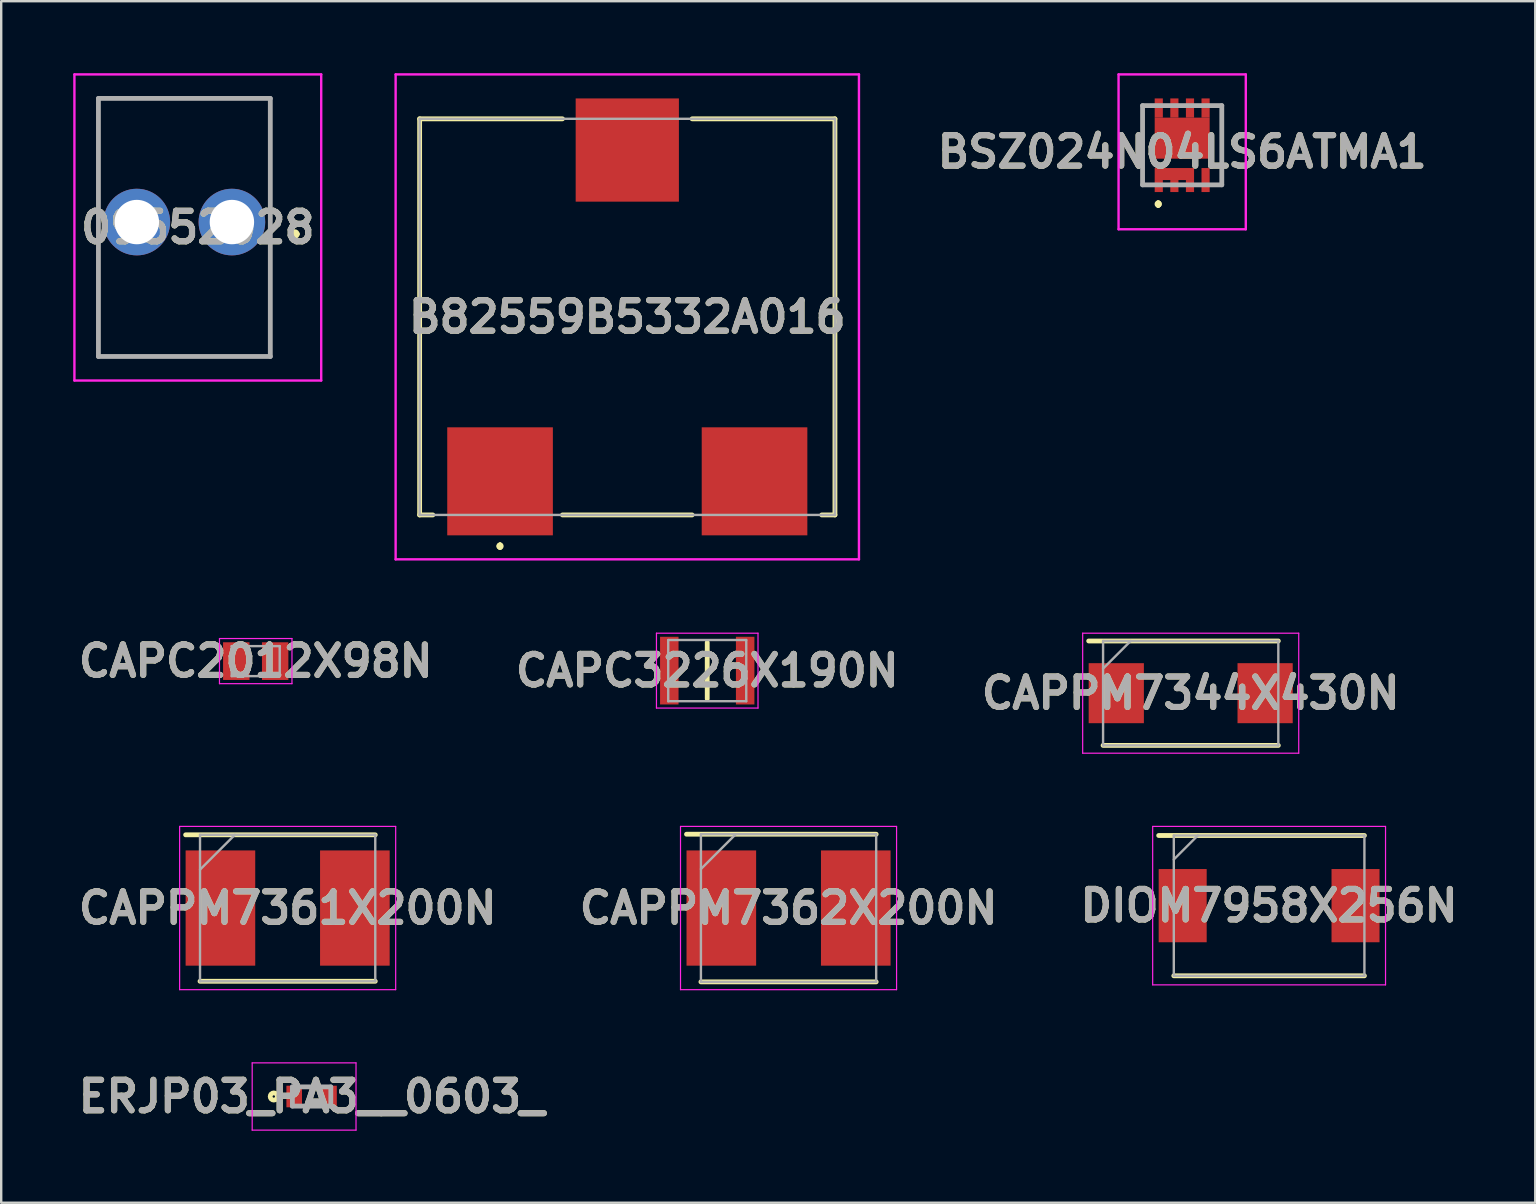
<source format=kicad_pcb>
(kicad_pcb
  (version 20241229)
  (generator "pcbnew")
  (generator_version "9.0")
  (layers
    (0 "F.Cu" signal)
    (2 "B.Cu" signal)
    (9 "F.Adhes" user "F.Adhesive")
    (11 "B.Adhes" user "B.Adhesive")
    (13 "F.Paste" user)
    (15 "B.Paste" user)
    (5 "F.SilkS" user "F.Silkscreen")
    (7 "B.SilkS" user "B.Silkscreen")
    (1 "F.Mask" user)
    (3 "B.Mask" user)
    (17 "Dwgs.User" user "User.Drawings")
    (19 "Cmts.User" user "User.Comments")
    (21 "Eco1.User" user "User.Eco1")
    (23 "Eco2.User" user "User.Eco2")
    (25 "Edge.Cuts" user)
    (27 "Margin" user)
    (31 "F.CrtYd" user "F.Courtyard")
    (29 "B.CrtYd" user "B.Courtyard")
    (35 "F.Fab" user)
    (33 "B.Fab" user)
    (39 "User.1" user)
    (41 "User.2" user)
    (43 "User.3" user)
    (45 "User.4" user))
  (footprint "ERJP03_PA3__0603_"
    (layer "F.Cu")
    (at 9.93 42.625)
    (property "Reference" "ERJP03_PA3__0603_" (at 0 0 0) (layer "F.SilkS") (effects (font (size 1.27 1.27) (thickness 0.254))))
    (attr smd)
    (fp_circle (center -1.575 0) (end -1.575 0.05) (stroke (width 0.2) (type solid)) (fill no) (layer "F.SilkS"))
    (fp_line (start -2.475 -1.4) (end 1.85 -1.4) (stroke (width 0.05) (type solid)) (layer "F.CrtYd"))
    (fp_line (start -2.475 1.4) (end -2.475 -1.4) (stroke (width 0.05) (type solid)) (layer "F.CrtYd"))
    (fp_line (start 1.85 -1.4) (end 1.85 1.4) (stroke (width 0.05) (type solid)) (layer "F.CrtYd"))
    (fp_line (start 1.85 1.4) (end -2.475 1.4) (stroke (width 0.05) (type solid)) (layer "F.CrtYd"))
    (fp_line (start -0.8 -0.4) (end 0.8 -0.4) (stroke (width 0.2) (type solid)) (layer "F.Fab"))
    (fp_line (start -0.8 0.4) (end -0.8 -0.4) (stroke (width 0.2) (type solid)) (layer "F.Fab"))
    (fp_line (start 0.8 -0.4) (end 0.8 0.4) (stroke (width 0.2) (type solid)) (layer "F.Fab"))
    (fp_line (start 0.8 0.4) (end -0.8 0.4) (stroke (width 0.2) (type solid)) (layer "F.Fab"))
    (fp_text user "${REFERENCE}" (at 0 0 0) (layer "F.Fab") (effects (font (size 1.27 1.27) (thickness 0.254))))
    (pad "1" smd rect (at -0.725 0) (size 0.65 0.9) (layers "F.Cu" "F.Mask" "F.Paste"))
    (pad "2" smd rect (at 0.725 0) (size 0.65 0.9) (layers "F.Cu" "F.Mask" "F.Paste")))
  (footprint "CAPC3226X190N"
    (layer "F.Cu")
    (at 26.41 24.885)
    (property "Reference" "CAPC3226X190N" (at 0 0 0) (layer "F.SilkS") (effects (font (size 1.27 1.27) (thickness 0.254))))
    (attr smd)
    (fp_line (start 0 -1.175) (end 0 1.175) (stroke (width 0.2) (type solid)) (layer "F.SilkS"))
    (fp_line (start -2.115 -1.56) (end 2.115 -1.56) (stroke (width 0.05) (type solid)) (layer "F.CrtYd"))
    (fp_line (start -2.115 1.56) (end -2.115 -1.56) (stroke (width 0.05) (type solid)) (layer "F.CrtYd"))
    (fp_line (start 2.115 -1.56) (end 2.115 1.56) (stroke (width 0.05) (type solid)) (layer "F.CrtYd"))
    (fp_line (start 2.115 1.56) (end -2.115 1.56) (stroke (width 0.05) (type solid)) (layer "F.CrtYd"))
    (fp_line (start -1.625 -1.275) (end 1.625 -1.275) (stroke (width 0.1) (type solid)) (layer "F.Fab"))
    (fp_line (start -1.625 1.275) (end -1.625 -1.275) (stroke (width 0.1) (type solid)) (layer "F.Fab"))
    (fp_line (start 1.625 -1.275) (end 1.625 1.275) (stroke (width 0.1) (type solid)) (layer "F.Fab"))
    (fp_line (start 1.625 1.275) (end -1.625 1.275) (stroke (width 0.1) (type solid)) (layer "F.Fab"))
    (fp_text user "${REFERENCE}" (at 0 0 0) (layer "F.Fab") (effects (font (size 1.27 1.27) (thickness 0.254))))
    (pad "1" smd rect (at -1.58 0) (size 0.77 2.82) (layers "F.Cu" "F.Mask" "F.Paste"))
    (pad "2" smd rect (at 1.58 0) (size 0.77 2.82) (layers "F.Cu" "F.Mask" "F.Paste")))
  (footprint "DIOM7958X256N"
    (layer "F.Cu")
    (at 49.815 34.675)
    (property "Reference" "DIOM7958X256N" (at 0 0 0) (layer "F.SilkS") (effects (font (size 1.27 1.27) (thickness 0.254))))
    (attr smd)
    (fp_line (start -3.97 2.922) (end 3.97 2.922) (stroke (width 0.2) (type solid)) (layer "F.SilkS"))
    (fp_line (start 3.97 -2.922) (end -4.6 -2.922) (stroke (width 0.2) (type solid)) (layer "F.SilkS"))
    (fp_line (start -4.85 -3.3) (end 4.85 -3.3) (stroke (width 0.05) (type solid)) (layer "F.CrtYd"))
    (fp_line (start -4.85 3.3) (end -4.85 -3.3) (stroke (width 0.05) (type solid)) (layer "F.CrtYd"))
    (fp_line (start 4.85 -3.3) (end 4.85 3.3) (stroke (width 0.05) (type solid)) (layer "F.CrtYd"))
    (fp_line (start 4.85 3.3) (end -4.85 3.3) (stroke (width 0.05) (type solid)) (layer "F.CrtYd"))
    (fp_line (start -3.97 -2.922) (end 3.97 -2.922) (stroke (width 0.1) (type solid)) (layer "F.Fab"))
    (fp_line (start -3.97 -1.922) (end -2.97 -2.922) (stroke (width 0.1) (type solid)) (layer "F.Fab"))
    (fp_line (start -3.97 2.922) (end -3.97 -2.922) (stroke (width 0.1) (type solid)) (layer "F.Fab"))
    (fp_line (start 3.97 -2.922) (end 3.97 2.922) (stroke (width 0.1) (type solid)) (layer "F.Fab"))
    (fp_line (start 3.97 2.922) (end -3.97 2.922) (stroke (width 0.1) (type solid)) (layer "F.Fab"))
    (fp_text user "${REFERENCE}" (at 0 0 0) (layer "F.Fab") (effects (font (size 1.27 1.27) (thickness 0.254))))
    (pad "1" smd rect (at -3.6 0) (size 2 3.05) (layers "F.Cu" "F.Mask" "F.Paste"))
    (pad "2" smd rect (at 3.6 0) (size 2 3.05) (layers "F.Cu" "F.Mask" "F.Paste")))
  (footprint "BSZ024N04LS6ATMA1"
    (layer "F.Cu")
    (at 46.194 3)
    (property "Reference" "BSZ024N04LS6ATMA1" (at 0 0.275 0) (layer "F.SilkS") (effects (font (size 1.27 1.27) (thickness 0.254))))
    (attr smd)
    (fp_line (start -1.65 -1.65) (end -1.65 -1.65) (stroke (width 0.1) (type solid)) (layer "F.SilkS"))
    (fp_line (start -1.65 -1.65) (end -1.65 1.65) (stroke (width 0.1) (type solid)) (layer "F.SilkS"))
    (fp_line (start -1.65 1.65) (end -1.65 -1.65) (stroke (width 0.1) (type solid)) (layer "F.SilkS"))
    (fp_line (start -1.65 1.65) (end -1.65 1.65) (stroke (width 0.1) (type solid)) (layer "F.SilkS"))
    (fp_line (start -1 2.4) (end -1 2.4) (stroke (width 0.2) (type solid)) (layer "F.SilkS"))
    (fp_line (start -1 2.5) (end -1 2.5) (stroke (width 0.2) (type solid)) (layer "F.SilkS"))
    (fp_line (start -1 2.5) (end -1 2.5) (stroke (width 0.2) (type solid)) (layer "F.SilkS"))
    (fp_line (start 1.65 -1.65) (end 1.65 -1.65) (stroke (width 0.1) (type solid)) (layer "F.SilkS"))
    (fp_line (start 1.65 -1.65) (end 1.65 1.65) (stroke (width 0.1) (type solid)) (layer "F.SilkS"))
    (fp_line (start 1.65 1.65) (end 1.65 -1.65) (stroke (width 0.1) (type solid)) (layer "F.SilkS"))
    (fp_line (start 1.65 1.65) (end 1.65 1.65) (stroke (width 0.1) (type solid)) (layer "F.SilkS"))
    (fp_arc (start -1 2.4) (mid -0.95 2.45) (end -1 2.5) (stroke (width 0.2) (type solid)) (layer "F.SilkS"))
    (fp_arc (start -1 2.4) (mid -0.95 2.45) (end -1 2.5) (stroke (width 0.2) (type solid)) (layer "F.SilkS"))
    (fp_arc (start -1 2.5) (mid -1.05 2.45) (end -1 2.4) (stroke (width 0.2) (type solid)) (layer "F.SilkS"))
    (fp_line (start -2.65 -2.95) (end 2.65 -2.95) (stroke (width 0.1) (type solid)) (layer "F.CrtYd"))
    (fp_line (start -2.65 3.5) (end -2.65 -2.95) (stroke (width 0.1) (type solid)) (layer "F.CrtYd"))
    (fp_line (start 2.65 -2.95) (end 2.65 3.5) (stroke (width 0.1) (type solid)) (layer "F.CrtYd"))
    (fp_line (start 2.65 3.5) (end -2.65 3.5) (stroke (width 0.1) (type solid)) (layer "F.CrtYd"))
    (fp_line (start -1.65 -1.65) (end -1.65 1.65) (stroke (width 0.2) (type solid)) (layer "F.Fab"))
    (fp_line (start -1.65 1.65) (end 1.65 1.65) (stroke (width 0.2) (type solid)) (layer "F.Fab"))
    (fp_line (start 1.65 -1.65) (end -1.65 -1.65) (stroke (width 0.2) (type solid)) (layer "F.Fab"))
    (fp_line (start 1.65 1.65) (end 1.65 -1.65) (stroke (width 0.2) (type solid)) (layer "F.Fab"))
    (fp_text user "${REFERENCE}" (at 0 0.275 0) (layer "F.Fab") (effects (font (size 1.27 1.27) (thickness 0.254))))
    (pad "1" smd rect (at -0.975 1.7) (size 0.34 0.5) (layers "F.Cu" "F.Mask" "F.Paste"))
    (pad "2" smd rect (at -0.325 1.7) (size 0.34 0.5) (layers "F.Cu" "F.Mask" "F.Paste"))
    (pad "3" smd rect (at 0.325 1.7) (size 0.34 0.5) (layers "F.Cu" "F.Mask" "F.Paste"))
    (pad "4" smd rect (at 0.975 1.45) (size 0.34 1) (layers "F.Cu" "F.Mask" "F.Paste"))
    (pad "5" smd rect (at 0.975 -1.55) (size 0.34 0.8) (layers "F.Cu" "F.Mask" "F.Paste"))
    (pad "6" smd rect (at 0.325 -1.55) (size 0.34 0.8) (layers "F.Cu" "F.Mask" "F.Paste"))
    (pad "7" smd rect (at -0.325 -1.55) (size 0.34 0.8) (layers "F.Cu" "F.Mask" "F.Paste"))
    (pad "8" smd rect (at -0.975 -1.55) (size 0.34 0.8) (layers "F.Cu" "F.Mask" "F.Paste"))
    (pad "9" smd rect (at -0.325 1.2 90) (size 0.5 1.64) (layers "F.Cu" "F.Mask" "F.Paste"))
    (pad "10" smd rect (at 0 -0.295 90) (size 1.71 2.29) (layers "F.Cu" "F.Mask" "F.Paste")))
  (footprint "09652028"
    (layer "F.Cu")
    (at 6.61 6.2)
    (property "Reference" "09652028" (at -1.42 0.225 0) (layer "F.SilkS") (effects (font (size 1.27 1.27) (thickness 0.254))))
    (attr through_hole)
    (fp_line (start -5.56 -5.15) (end 1.6 -5.15) (stroke (width 0.1) (type solid)) (layer "F.SilkS"))
    (fp_line (start -5.56 5.6) (end -5.56 -5.15) (stroke (width 0.1) (type solid)) (layer "F.SilkS"))
    (fp_line (start 1.6 -5.15) (end 1.6 5.6) (stroke (width 0.1) (type solid)) (layer "F.SilkS"))
    (fp_line (start 1.6 5.6) (end -5.56 5.6) (stroke (width 0.1) (type solid)) (layer "F.SilkS"))
    (fp_line (start 2.52 0.5) (end 2.52 0.5) (stroke (width 0.2) (type solid)) (layer "F.SilkS"))
    (fp_line (start 2.72 0.5) (end 2.72 0.5) (stroke (width 0.2) (type solid)) (layer "F.SilkS"))
    (fp_arc (start 2.52 0.5) (mid 2.62 0.4) (end 2.72 0.5) (stroke (width 0.2) (type solid)) (layer "F.SilkS"))
    (fp_arc (start 2.72 0.5) (mid 2.62 0.6) (end 2.52 0.5) (stroke (width 0.2) (type solid)) (layer "F.SilkS"))
    (fp_line (start -6.56 -6.15) (end 3.72 -6.15) (stroke (width 0.1) (type solid)) (layer "F.CrtYd"))
    (fp_line (start -6.56 6.6) (end -6.56 -6.15) (stroke (width 0.1) (type solid)) (layer "F.CrtYd"))
    (fp_line (start 3.72 -6.15) (end 3.72 6.6) (stroke (width 0.1) (type solid)) (layer "F.CrtYd"))
    (fp_line (start 3.72 6.6) (end -6.56 6.6) (stroke (width 0.1) (type solid)) (layer "F.CrtYd"))
    (fp_line (start -5.56 -5.15) (end 1.6 -5.15) (stroke (width 0.2) (type solid)) (layer "F.Fab"))
    (fp_line (start -5.56 5.6) (end -5.56 -5.15) (stroke (width 0.2) (type solid)) (layer "F.Fab"))
    (fp_line (start 1.6 -5.15) (end 1.6 5.6) (stroke (width 0.2) (type solid)) (layer "F.Fab"))
    (fp_line (start 1.6 5.6) (end -5.56 5.6) (stroke (width 0.2) (type solid)) (layer "F.Fab"))
    (fp_text user "${REFERENCE}" (at -1.42 0.225 0) (layer "F.Fab") (effects (font (size 1.27 1.27) (thickness 0.254))))
    (pad "1" thru_hole circle (at 0 0) (size 2.775 2.775) (drill 1.85) (layers "*.Cu" "*.Mask"))
    (pad "2" thru_hole circle (at -3.96 0) (size 2.775 2.775) (drill 1.85) (layers "*.Cu" "*.Mask")))
  (footprint "CAPPM7361X200N"
    (layer "F.Cu")
    (at 8.932 34.775)
    (property "Reference" "CAPPM7361X200N" (at 0 0 0) (layer "F.SilkS") (effects (font (size 1.27 1.27) (thickness 0.254))))
    (attr smd)
    (fp_line (start -3.65 3.05) (end 3.65 3.05) (stroke (width 0.2) (type solid)) (layer "F.SilkS"))
    (fp_line (start 3.65 -3.05) (end -4.25 -3.05) (stroke (width 0.2) (type solid)) (layer "F.SilkS"))
    (fp_line (start -4.5 -3.4) (end 4.5 -3.4) (stroke (width 0.05) (type solid)) (layer "F.CrtYd"))
    (fp_line (start -4.5 3.4) (end -4.5 -3.4) (stroke (width 0.05) (type solid)) (layer "F.CrtYd"))
    (fp_line (start 4.5 -3.4) (end 4.5 3.4) (stroke (width 0.05) (type solid)) (layer "F.CrtYd"))
    (fp_line (start 4.5 3.4) (end -4.5 3.4) (stroke (width 0.05) (type solid)) (layer "F.CrtYd"))
    (fp_line (start -3.65 -3.05) (end 3.65 -3.05) (stroke (width 0.1) (type solid)) (layer "F.Fab"))
    (fp_line (start -3.65 -1.6) (end -2.2 -3.05) (stroke (width 0.1) (type solid)) (layer "F.Fab"))
    (fp_line (start -3.65 3.05) (end -3.65 -3.05) (stroke (width 0.1) (type solid)) (layer "F.Fab"))
    (fp_line (start 3.65 -3.05) (end 3.65 3.05) (stroke (width 0.1) (type solid)) (layer "F.Fab"))
    (fp_line (start 3.65 3.05) (end -3.65 3.05) (stroke (width 0.1) (type solid)) (layer "F.Fab"))
    (fp_text user "${REFERENCE}" (at 0 0 0) (layer "F.Fab") (effects (font (size 1.27 1.27) (thickness 0.254))))
    (pad "1" smd rect (at -2.8 0) (size 2.9 4.8) (layers "F.Cu" "F.Mask" "F.Paste"))
    (pad "2" smd rect (at 2.8 0) (size 2.9 4.8) (layers "F.Cu" "F.Mask" "F.Paste")))
  (footprint "CAPPM7344X430N"
    (layer "F.Cu")
    (at 46.549 25.825)
    (property "Reference" "CAPPM7344X430N" (at 0 0 0) (layer "F.SilkS") (effects (font (size 1.27 1.27) (thickness 0.254))))
    (attr smd)
    (fp_line (start -3.65 2.175) (end 3.65 2.175) (stroke (width 0.2) (type solid)) (layer "F.SilkS"))
    (fp_line (start 3.65 -2.175) (end -4.25 -2.175) (stroke (width 0.2) (type solid)) (layer "F.SilkS"))
    (fp_line (start -4.5 -2.5) (end 4.5 -2.5) (stroke (width 0.05) (type solid)) (layer "F.CrtYd"))
    (fp_line (start -4.5 2.5) (end -4.5 -2.5) (stroke (width 0.05) (type solid)) (layer "F.CrtYd"))
    (fp_line (start 4.5 -2.5) (end 4.5 2.5) (stroke (width 0.05) (type solid)) (layer "F.CrtYd"))
    (fp_line (start 4.5 2.5) (end -4.5 2.5) (stroke (width 0.05) (type solid)) (layer "F.CrtYd"))
    (fp_line (start -3.65 -2.175) (end 3.65 -2.175) (stroke (width 0.1) (type solid)) (layer "F.Fab"))
    (fp_line (start -3.65 -1.025) (end -2.5 -2.175) (stroke (width 0.1) (type solid)) (layer "F.Fab"))
    (fp_line (start -3.65 2.175) (end -3.65 -2.175) (stroke (width 0.1) (type solid)) (layer "F.Fab"))
    (fp_line (start 3.65 -2.175) (end 3.65 2.175) (stroke (width 0.1) (type solid)) (layer "F.Fab"))
    (fp_line (start 3.65 2.175) (end -3.65 2.175) (stroke (width 0.1) (type solid)) (layer "F.Fab"))
    (fp_text user "${REFERENCE}" (at 0 0 0) (layer "F.Fab") (effects (font (size 1.27 1.27) (thickness 0.254))))
    (pad "1" smd rect (at -3.1 0) (size 2.3 2.5) (layers "F.Cu" "F.Mask" "F.Paste"))
    (pad "2" smd rect (at 3.1 0) (size 2.3 2.5) (layers "F.Cu" "F.Mask" "F.Paste")))
  (footprint "CAPPM7362X200N"
    (layer "F.Cu")
    (at 29.797 34.775)
    (property "Reference" "CAPPM7362X200N" (at 0 0 0) (layer "F.SilkS") (effects (font (size 1.27 1.27) (thickness 0.254))))
    (attr smd)
    (fp_line (start -3.65 3.075) (end 3.65 3.075) (stroke (width 0.2) (type solid)) (layer "F.SilkS"))
    (fp_line (start 3.65 -3.075) (end -4.25 -3.075) (stroke (width 0.2) (type solid)) (layer "F.SilkS"))
    (fp_line (start -4.5 -3.4) (end 4.5 -3.4) (stroke (width 0.05) (type solid)) (layer "F.CrtYd"))
    (fp_line (start -4.5 3.4) (end -4.5 -3.4) (stroke (width 0.05) (type solid)) (layer "F.CrtYd"))
    (fp_line (start 4.5 -3.4) (end 4.5 3.4) (stroke (width 0.05) (type solid)) (layer "F.CrtYd"))
    (fp_line (start 4.5 3.4) (end -4.5 3.4) (stroke (width 0.05) (type solid)) (layer "F.CrtYd"))
    (fp_line (start -3.65 -3.075) (end 3.65 -3.075) (stroke (width 0.1) (type solid)) (layer "F.Fab"))
    (fp_line (start -3.65 -1.625) (end -2.2 -3.075) (stroke (width 0.1) (type solid)) (layer "F.Fab"))
    (fp_line (start -3.65 3.075) (end -3.65 -3.075) (stroke (width 0.1) (type solid)) (layer "F.Fab"))
    (fp_line (start 3.65 -3.075) (end 3.65 3.075) (stroke (width 0.1) (type solid)) (layer "F.Fab"))
    (fp_line (start 3.65 3.075) (end -3.65 3.075) (stroke (width 0.1) (type solid)) (layer "F.Fab"))
    (fp_text user "${REFERENCE}" (at 0 0 0) (layer "F.Fab") (effects (font (size 1.27 1.27) (thickness 0.254))))
    (pad "1" smd rect (at -2.8 0) (size 2.9 4.8) (layers "F.Cu" "F.Mask" "F.Paste"))
    (pad "2" smd rect (at 2.8 0) (size 2.9 4.8) (layers "F.Cu" "F.Mask" "F.Paste")))
  (footprint "B82559B5332A016"
    (layer "F.Cu")
    (at 23.08 10.15)
    (property "Reference" "B82559B5332A016" (at 0 0 0) (layer "F.SilkS") (effects (font (size 1.27 1.27) (thickness 0.254))))
    (attr smd)
    (fp_line (start -8.65 -8.25) (end -2.7 -8.25) (stroke (width 0.2) (type solid)) (layer "F.SilkS"))
    (fp_line (start -8.65 8.25) (end -8.65 -8.25) (stroke (width 0.2) (type solid)) (layer "F.SilkS"))
    (fp_line (start -8.1 8.25) (end -8.65 8.25) (stroke (width 0.2) (type solid)) (layer "F.SilkS"))
    (fp_line (start -5.3 9.5) (end -5.3 9.5) (stroke (width 0.2) (type solid)) (layer "F.SilkS"))
    (fp_line (start -5.3 9.5) (end -5.3 9.5) (stroke (width 0.2) (type solid)) (layer "F.SilkS"))
    (fp_line (start -5.3 9.6) (end -5.3 9.6) (stroke (width 0.2) (type solid)) (layer "F.SilkS"))
    (fp_line (start 2.7 -8.25) (end 8.65 -8.25) (stroke (width 0.2) (type solid)) (layer "F.SilkS"))
    (fp_line (start 2.7 8.25) (end -2.7 8.25) (stroke (width 0.2) (type solid)) (layer "F.SilkS"))
    (fp_line (start 8.65 -8.25) (end 8.65 8.25) (stroke (width 0.2) (type solid)) (layer "F.SilkS"))
    (fp_line (start 8.65 8.25) (end 8.1 8.25) (stroke (width 0.2) (type solid)) (layer "F.SilkS"))
    (fp_arc (start -5.3 9.5) (mid -5.25 9.55) (end -5.3 9.6) (stroke (width 0.2) (type solid)) (layer "F.SilkS"))
    (fp_arc (start -5.3 9.6) (mid -5.35 9.55) (end -5.3 9.5) (stroke (width 0.2) (type solid)) (layer "F.SilkS"))
    (fp_arc (start -5.3 9.6) (mid -5.35 9.55) (end -5.3 9.5) (stroke (width 0.2) (type solid)) (layer "F.SilkS"))
    (fp_line (start -9.65 -10.1) (end 9.65 -10.1) (stroke (width 0.1) (type solid)) (layer "F.CrtYd"))
    (fp_line (start -9.65 10.1) (end -9.65 -10.1) (stroke (width 0.1) (type solid)) (layer "F.CrtYd"))
    (fp_line (start 9.65 -10.1) (end 9.65 10.1) (stroke (width 0.1) (type solid)) (layer "F.CrtYd"))
    (fp_line (start 9.65 10.1) (end -9.65 10.1) (stroke (width 0.1) (type solid)) (layer "F.CrtYd"))
    (fp_line (start -8.65 -8.25) (end -8.65 8.25) (stroke (width 0.1) (type solid)) (layer "F.Fab"))
    (fp_line (start -8.65 8.25) (end 8.65 8.25) (stroke (width 0.1) (type solid)) (layer "F.Fab"))
    (fp_line (start 8.65 -8.25) (end -8.65 -8.25) (stroke (width 0.1) (type solid)) (layer "F.Fab"))
    (fp_line (start 8.65 8.25) (end 8.65 -8.25) (stroke (width 0.1) (type solid)) (layer "F.Fab"))
    (fp_text user "${REFERENCE}" (at 0 0 0) (layer "F.Fab") (effects (font (size 1.27 1.27) (thickness 0.254))))
    (pad "1" smd rect (at -5.3 6.85) (size 4.4 4.5) (layers "F.Cu" "F.Mask" "F.Paste"))
    (pad "2" smd rect (at 5.3 6.85) (size 4.4 4.5) (layers "F.Cu" "F.Mask" "F.Paste"))
    (pad "3" smd rect (at 0 -6.95 90) (size 4.3 4.3) (layers "F.Cu" "F.Mask" "F.Paste")))
  (footprint "CAPC2012X98N"
    (layer "F.Cu")
    (at 7.602 24.489)
    (property "Reference" "CAPC2012X98N" (at 0 0 0) (layer "F.SilkS") (effects (font (size 1.27 1.27) (thickness 0.254))))
    (attr smd)
    (fp_line (start -1.51 -0.94) (end 1.51 -0.94) (stroke (width 0.05) (type solid)) (layer "F.CrtYd"))
    (fp_line (start -1.51 0.94) (end -1.51 -0.94) (stroke (width 0.05) (type solid)) (layer "F.CrtYd"))
    (fp_line (start 1.51 -0.94) (end 1.51 0.94) (stroke (width 0.05) (type solid)) (layer "F.CrtYd"))
    (fp_line (start 1.51 0.94) (end -1.51 0.94) (stroke (width 0.05) (type solid)) (layer "F.CrtYd"))
    (fp_line (start -1 -0.625) (end 1 -0.625) (stroke (width 0.1) (type solid)) (layer "F.Fab"))
    (fp_line (start -1 0.625) (end -1 -0.625) (stroke (width 0.1) (type solid)) (layer "F.Fab"))
    (fp_line (start 1 -0.625) (end 1 0.625) (stroke (width 0.1) (type solid)) (layer "F.Fab"))
    (fp_line (start 1 0.625) (end -1 0.625) (stroke (width 0.1) (type solid)) (layer "F.Fab"))
    (fp_text user "${REFERENCE}" (at 0 0 0) (layer "F.Fab") (effects (font (size 1.27 1.27) (thickness 0.254))))
    (pad "1" smd rect (at -0.81 0) (size 1.1 1.57) (layers "F.Cu" "F.Mask" "F.Paste"))
    (pad "2" smd rect (at 0.81 0) (size 1.1 1.57) (layers "F.Cu" "F.Mask" "F.Paste")))
  (gr_rect
    (start -3 -3)
    (end 60.901 47.05)
    (stroke (width 0.1) (type default))
    (fill no)
    (layer "Edge.Cuts")))
</source>
